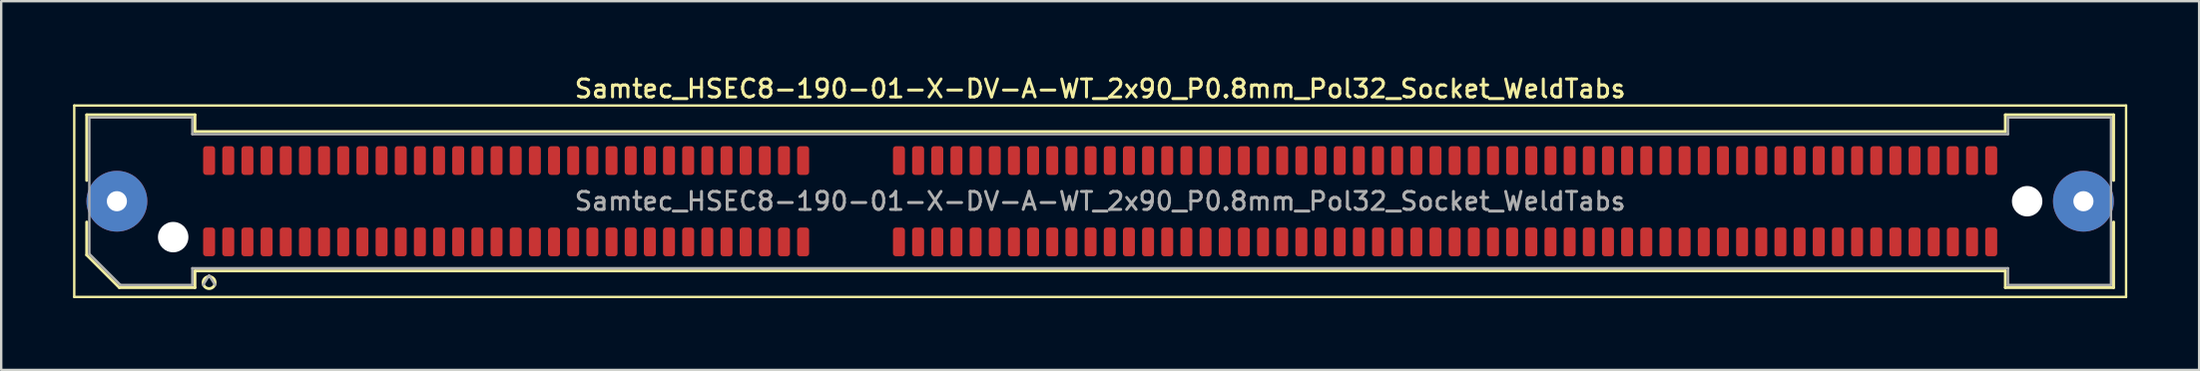
<source format=kicad_pcb>
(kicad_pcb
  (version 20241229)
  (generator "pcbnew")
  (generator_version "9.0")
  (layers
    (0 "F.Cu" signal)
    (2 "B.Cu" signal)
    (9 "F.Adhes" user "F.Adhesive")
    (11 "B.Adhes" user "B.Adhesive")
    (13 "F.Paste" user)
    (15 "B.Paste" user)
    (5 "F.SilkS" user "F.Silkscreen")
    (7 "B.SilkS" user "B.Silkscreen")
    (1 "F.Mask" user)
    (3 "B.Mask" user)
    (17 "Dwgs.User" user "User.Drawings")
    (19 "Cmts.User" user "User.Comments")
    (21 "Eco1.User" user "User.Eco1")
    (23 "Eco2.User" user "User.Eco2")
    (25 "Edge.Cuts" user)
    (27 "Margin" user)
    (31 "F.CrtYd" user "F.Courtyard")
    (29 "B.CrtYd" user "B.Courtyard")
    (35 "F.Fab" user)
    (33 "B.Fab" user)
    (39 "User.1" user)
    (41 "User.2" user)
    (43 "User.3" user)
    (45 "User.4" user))
  (footprint "Samtec_HSEC8-190-01-X-DV-A-WT_2x90_P0.8mm_Pol32_Socket_WeldTabs"
    (layer "F.Cu")
    (at 42.88 5.358)
    (property "Reference" "Samtec_HSEC8-190-01-X-DV-A-WT_2x90_P0.8mm_Pol32_Socket_WeldTabs" (at 0 -4.7 0) (layer "F.SilkS") (effects (font (size 0.75 0.75) (thickness 0.125))))
    (attr smd)
    (fp_line (start -42.83 -4) (end -42.83 4) (stroke (width 0.1) (type solid)) (layer "F.SilkS"))
    (fp_line (start -42.83 4) (end 42.83 4) (stroke (width 0.1) (type solid)) (layer "F.SilkS"))
    (fp_line (start -42.31 -3.61) (end -37.79 -3.61) (stroke (width 0.12) (type solid)) (layer "F.SilkS"))
    (fp_line (start -42.31 -0.868) (end -42.31 -3.61) (stroke (width 0.12) (type solid)) (layer "F.SilkS"))
    (fp_line (start -42.31 2.246) (end -42.31 0.868) (stroke (width 0.12) (type solid)) (layer "F.SilkS"))
    (fp_line (start -40.946 3.61) (end -42.31 2.246) (stroke (width 0.12) (type solid)) (layer "F.SilkS"))
    (fp_line (start -37.79 -3.61) (end -37.79 -2.91) (stroke (width 0.12) (type solid)) (layer "F.SilkS"))
    (fp_line (start -37.79 -2.91) (end 37.79 -2.91) (stroke (width 0.12) (type solid)) (layer "F.SilkS"))
    (fp_line (start -37.79 2.91) (end -37.79 3.61) (stroke (width 0.12) (type solid)) (layer "F.SilkS"))
    (fp_line (start -37.79 3.61) (end -40.946 3.61) (stroke (width 0.12) (type solid)) (layer "F.SilkS"))
    (fp_line (start 37.79 -3.61) (end 42.31 -3.61) (stroke (width 0.12) (type solid)) (layer "F.SilkS"))
    (fp_line (start 37.79 -2.91) (end 37.79 -3.61) (stroke (width 0.12) (type solid)) (layer "F.SilkS"))
    (fp_line (start 37.79 2.91) (end -37.79 2.91) (stroke (width 0.12) (type solid)) (layer "F.SilkS"))
    (fp_line (start 37.79 3.61) (end 37.79 2.91) (stroke (width 0.12) (type solid)) (layer "F.SilkS"))
    (fp_line (start 42.31 -3.61) (end 42.31 -0.868) (stroke (width 0.12) (type solid)) (layer "F.SilkS"))
    (fp_line (start 42.31 0.868) (end 42.31 3.61) (stroke (width 0.12) (type solid)) (layer "F.SilkS"))
    (fp_line (start 42.31 3.61) (end 37.79 3.61) (stroke (width 0.12) (type solid)) (layer "F.SilkS"))
    (fp_line (start 42.83 -4) (end -42.83 -4) (stroke (width 0.1) (type solid)) (layer "F.SilkS"))
    (fp_line (start 42.83 4) (end 42.83 -4) (stroke (width 0.1) (type solid)) (layer "F.SilkS"))
    (fp_arc (start -36.95 3.4) (mid -37.45 3.4) (end -36.95 3.4) (stroke (width 0.12) (type solid)) (layer "F.SilkS"))
    (fp_line (start -42.2 -3.5) (end -37.9 -3.5) (stroke (width 0.1) (type solid)) (layer "F.Fab"))
    (fp_line (start -42.2 2.2) (end -42.2 -3.5) (stroke (width 0.1) (type solid)) (layer "F.Fab"))
    (fp_line (start -40.9 3.5) (end -42.2 2.2) (stroke (width 0.1) (type solid)) (layer "F.Fab"))
    (fp_line (start -37.9 -3.5) (end -37.9 -2.8) (stroke (width 0.1) (type solid)) (layer "F.Fab"))
    (fp_line (start -37.9 -2.8) (end 37.9 -2.8) (stroke (width 0.1) (type solid)) (layer "F.Fab"))
    (fp_line (start -37.9 2.8) (end -37.9 3.5) (stroke (width 0.1) (type solid)) (layer "F.Fab"))
    (fp_line (start -37.9 3.5) (end -40.9 3.5) (stroke (width 0.1) (type solid)) (layer "F.Fab"))
    (fp_line (start -37.2 3.1) (end -37.45 3.5) (stroke (width 0.1) (type solid)) (layer "F.Fab"))
    (fp_line (start -37.2 3.1) (end -36.95 3.5) (stroke (width 0.1) (type solid)) (layer "F.Fab"))
    (fp_line (start 37.9 -3.5) (end 42.2 -3.5) (stroke (width 0.1) (type solid)) (layer "F.Fab"))
    (fp_line (start 37.9 -2.8) (end 37.9 -3.5) (stroke (width 0.1) (type solid)) (layer "F.Fab"))
    (fp_line (start 37.9 2.8) (end -37.9 2.8) (stroke (width 0.1) (type solid)) (layer "F.Fab"))
    (fp_line (start 37.9 3.5) (end 37.9 2.8) (stroke (width 0.1) (type solid)) (layer "F.Fab"))
    (fp_line (start 42.2 -3.5) (end 42.2 3.5) (stroke (width 0.1) (type solid)) (layer "F.Fab"))
    (fp_line (start 42.2 3.5) (end 37.9 3.5) (stroke (width 0.1) (type solid)) (layer "F.Fab"))
    (fp_text user "${REFERENCE}" (at 0 0 0) (layer "F.Fab") (effects (font (size 0.75 0.75) (thickness 0.125))))
    (pad "" thru_hole circle (at -41.05 0) (size 2.54 2.54) (drill 0.84) (layers "*.Cu" "*.Mask" "F.Paste"))
    (pad "" np_thru_hole circle (at -38.7 1.5) (size 1.27 1.27) (drill 1.27) (layers "*.Cu" "*.Mask"))
    (pad "" np_thru_hole circle (at 38.7 0) (size 1.27 1.27) (drill 1.27) (layers "*.Cu" "*.Mask"))
    (pad "" thru_hole circle (at 41.05 0) (size 2.54 2.54) (drill 0.84) (layers "*.Cu" "*.Mask" "F.Paste"))
    (pad "1" smd roundrect (at -37.2 1.7) (size 0.5 1.2) (layers "F.Cu" "F.Mask" "F.Paste") (roundrect_rratio 0.25))
    (pad "2" smd roundrect (at -37.2 -1.7) (size 0.5 1.2) (layers "F.Cu" "F.Mask" "F.Paste") (roundrect_rratio 0.25))
    (pad "3" smd roundrect (at -36.4 1.7) (size 0.5 1.2) (layers "F.Cu" "F.Mask" "F.Paste") (roundrect_rratio 0.25))
    (pad "4" smd roundrect (at -36.4 -1.7) (size 0.5 1.2) (layers "F.Cu" "F.Mask" "F.Paste") (roundrect_rratio 0.25))
    (pad "5" smd roundrect (at -35.6 1.7) (size 0.5 1.2) (layers "F.Cu" "F.Mask" "F.Paste") (roundrect_rratio 0.25))
    (pad "6" smd roundrect (at -35.6 -1.7) (size 0.5 1.2) (layers "F.Cu" "F.Mask" "F.Paste") (roundrect_rratio 0.25))
    (pad "7" smd roundrect (at -34.8 1.7) (size 0.5 1.2) (layers "F.Cu" "F.Mask" "F.Paste") (roundrect_rratio 0.25))
    (pad "8" smd roundrect (at -34.8 -1.7) (size 0.5 1.2) (layers "F.Cu" "F.Mask" "F.Paste") (roundrect_rratio 0.25))
    (pad "9" smd roundrect (at -34 1.7) (size 0.5 1.2) (layers "F.Cu" "F.Mask" "F.Paste") (roundrect_rratio 0.25))
    (pad "10" smd roundrect (at -34 -1.7) (size 0.5 1.2) (layers "F.Cu" "F.Mask" "F.Paste") (roundrect_rratio 0.25))
    (pad "11" smd roundrect (at -33.2 1.7) (size 0.5 1.2) (layers "F.Cu" "F.Mask" "F.Paste") (roundrect_rratio 0.25))
    (pad "12" smd roundrect (at -33.2 -1.7) (size 0.5 1.2) (layers "F.Cu" "F.Mask" "F.Paste") (roundrect_rratio 0.25))
    (pad "13" smd roundrect (at -32.4 1.7) (size 0.5 1.2) (layers "F.Cu" "F.Mask" "F.Paste") (roundrect_rratio 0.25))
    (pad "14" smd roundrect (at -32.4 -1.7) (size 0.5 1.2) (layers "F.Cu" "F.Mask" "F.Paste") (roundrect_rratio 0.25))
    (pad "15" smd roundrect (at -31.6 1.7) (size 0.5 1.2) (layers "F.Cu" "F.Mask" "F.Paste") (roundrect_rratio 0.25))
    (pad "16" smd roundrect (at -31.6 -1.7) (size 0.5 1.2) (layers "F.Cu" "F.Mask" "F.Paste") (roundrect_rratio 0.25))
    (pad "17" smd roundrect (at -30.8 1.7) (size 0.5 1.2) (layers "F.Cu" "F.Mask" "F.Paste") (roundrect_rratio 0.25))
    (pad "18" smd roundrect (at -30.8 -1.7) (size 0.5 1.2) (layers "F.Cu" "F.Mask" "F.Paste") (roundrect_rratio 0.25))
    (pad "19" smd roundrect (at -30 1.7) (size 0.5 1.2) (layers "F.Cu" "F.Mask" "F.Paste") (roundrect_rratio 0.25))
    (pad "20" smd roundrect (at -30 -1.7) (size 0.5 1.2) (layers "F.Cu" "F.Mask" "F.Paste") (roundrect_rratio 0.25))
    (pad "21" smd roundrect (at -29.2 1.7) (size 0.5 1.2) (layers "F.Cu" "F.Mask" "F.Paste") (roundrect_rratio 0.25))
    (pad "22" smd roundrect (at -29.2 -1.7) (size 0.5 1.2) (layers "F.Cu" "F.Mask" "F.Paste") (roundrect_rratio 0.25))
    (pad "23" smd roundrect (at -28.4 1.7) (size 0.5 1.2) (layers "F.Cu" "F.Mask" "F.Paste") (roundrect_rratio 0.25))
    (pad "24" smd roundrect (at -28.4 -1.7) (size 0.5 1.2) (layers "F.Cu" "F.Mask" "F.Paste") (roundrect_rratio 0.25))
    (pad "25" smd roundrect (at -27.6 1.7) (size 0.5 1.2) (layers "F.Cu" "F.Mask" "F.Paste") (roundrect_rratio 0.25))
    (pad "26" smd roundrect (at -27.6 -1.7) (size 0.5 1.2) (layers "F.Cu" "F.Mask" "F.Paste") (roundrect_rratio 0.25))
    (pad "27" smd roundrect (at -26.8 1.7) (size 0.5 1.2) (layers "F.Cu" "F.Mask" "F.Paste") (roundrect_rratio 0.25))
    (pad "28" smd roundrect (at -26.8 -1.7) (size 0.5 1.2) (layers "F.Cu" "F.Mask" "F.Paste") (roundrect_rratio 0.25))
    (pad "29" smd roundrect (at -26 1.7) (size 0.5 1.2) (layers "F.Cu" "F.Mask" "F.Paste") (roundrect_rratio 0.25))
    (pad "30" smd roundrect (at -26 -1.7) (size 0.5 1.2) (layers "F.Cu" "F.Mask" "F.Paste") (roundrect_rratio 0.25))
    (pad "31" smd roundrect (at -25.2 1.7) (size 0.5 1.2) (layers "F.Cu" "F.Mask" "F.Paste") (roundrect_rratio 0.25))
    (pad "32" smd roundrect (at -25.2 -1.7) (size 0.5 1.2) (layers "F.Cu" "F.Mask" "F.Paste") (roundrect_rratio 0.25))
    (pad "33" smd roundrect (at -24.4 1.7) (size 0.5 1.2) (layers "F.Cu" "F.Mask" "F.Paste") (roundrect_rratio 0.25))
    (pad "34" smd roundrect (at -24.4 -1.7) (size 0.5 1.2) (layers "F.Cu" "F.Mask" "F.Paste") (roundrect_rratio 0.25))
    (pad "35" smd roundrect (at -23.6 1.7) (size 0.5 1.2) (layers "F.Cu" "F.Mask" "F.Paste") (roundrect_rratio 0.25))
    (pad "36" smd roundrect (at -23.6 -1.7) (size 0.5 1.2) (layers "F.Cu" "F.Mask" "F.Paste") (roundrect_rratio 0.25))
    (pad "37" smd roundrect (at -22.8 1.7) (size 0.5 1.2) (layers "F.Cu" "F.Mask" "F.Paste") (roundrect_rratio 0.25))
    (pad "38" smd roundrect (at -22.8 -1.7) (size 0.5 1.2) (layers "F.Cu" "F.Mask" "F.Paste") (roundrect_rratio 0.25))
    (pad "39" smd roundrect (at -22 1.7) (size 0.5 1.2) (layers "F.Cu" "F.Mask" "F.Paste") (roundrect_rratio 0.25))
    (pad "40" smd roundrect (at -22 -1.7) (size 0.5 1.2) (layers "F.Cu" "F.Mask" "F.Paste") (roundrect_rratio 0.25))
    (pad "41" smd roundrect (at -21.2 1.7) (size 0.5 1.2) (layers "F.Cu" "F.Mask" "F.Paste") (roundrect_rratio 0.25))
    (pad "42" smd roundrect (at -21.2 -1.7) (size 0.5 1.2) (layers "F.Cu" "F.Mask" "F.Paste") (roundrect_rratio 0.25))
    (pad "43" smd roundrect (at -20.4 1.7) (size 0.5 1.2) (layers "F.Cu" "F.Mask" "F.Paste") (roundrect_rratio 0.25))
    (pad "44" smd roundrect (at -20.4 -1.7) (size 0.5 1.2) (layers "F.Cu" "F.Mask" "F.Paste") (roundrect_rratio 0.25))
    (pad "45" smd roundrect (at -19.6 1.7) (size 0.5 1.2) (layers "F.Cu" "F.Mask" "F.Paste") (roundrect_rratio 0.25))
    (pad "46" smd roundrect (at -19.6 -1.7) (size 0.5 1.2) (layers "F.Cu" "F.Mask" "F.Paste") (roundrect_rratio 0.25))
    (pad "47" smd roundrect (at -18.8 1.7) (size 0.5 1.2) (layers "F.Cu" "F.Mask" "F.Paste") (roundrect_rratio 0.25))
    (pad "48" smd roundrect (at -18.8 -1.7) (size 0.5 1.2) (layers "F.Cu" "F.Mask" "F.Paste") (roundrect_rratio 0.25))
    (pad "49" smd roundrect (at -18 1.7) (size 0.5 1.2) (layers "F.Cu" "F.Mask" "F.Paste") (roundrect_rratio 0.25))
    (pad "50" smd roundrect (at -18 -1.7) (size 0.5 1.2) (layers "F.Cu" "F.Mask" "F.Paste") (roundrect_rratio 0.25))
    (pad "51" smd roundrect (at -17.2 1.7) (size 0.5 1.2) (layers "F.Cu" "F.Mask" "F.Paste") (roundrect_rratio 0.25))
    (pad "52" smd roundrect (at -17.2 -1.7) (size 0.5 1.2) (layers "F.Cu" "F.Mask" "F.Paste") (roundrect_rratio 0.25))
    (pad "53" smd roundrect (at -16.4 1.7) (size 0.5 1.2) (layers "F.Cu" "F.Mask" "F.Paste") (roundrect_rratio 0.25))
    (pad "54" smd roundrect (at -16.4 -1.7) (size 0.5 1.2) (layers "F.Cu" "F.Mask" "F.Paste") (roundrect_rratio 0.25))
    (pad "55" smd roundrect (at -15.6 1.7) (size 0.5 1.2) (layers "F.Cu" "F.Mask" "F.Paste") (roundrect_rratio 0.25))
    (pad "56" smd roundrect (at -15.6 -1.7) (size 0.5 1.2) (layers "F.Cu" "F.Mask" "F.Paste") (roundrect_rratio 0.25))
    (pad "57" smd roundrect (at -14.8 1.7) (size 0.5 1.2) (layers "F.Cu" "F.Mask" "F.Paste") (roundrect_rratio 0.25))
    (pad "58" smd roundrect (at -14.8 -1.7) (size 0.5 1.2) (layers "F.Cu" "F.Mask" "F.Paste") (roundrect_rratio 0.25))
    (pad "59" smd roundrect (at -14 1.7) (size 0.5 1.2) (layers "F.Cu" "F.Mask" "F.Paste") (roundrect_rratio 0.25))
    (pad "60" smd roundrect (at -14 -1.7) (size 0.5 1.2) (layers "F.Cu" "F.Mask" "F.Paste") (roundrect_rratio 0.25))
    (pad "61" smd roundrect (at -13.2 1.7) (size 0.5 1.2) (layers "F.Cu" "F.Mask" "F.Paste") (roundrect_rratio 0.25))
    (pad "62" smd roundrect (at -13.2 -1.7) (size 0.5 1.2) (layers "F.Cu" "F.Mask" "F.Paste") (roundrect_rratio 0.25))
    (pad "63" smd roundrect (at -12.4 1.7) (size 0.5 1.2) (layers "F.Cu" "F.Mask" "F.Paste") (roundrect_rratio 0.25))
    (pad "64" smd roundrect (at -12.4 -1.7) (size 0.5 1.2) (layers "F.Cu" "F.Mask" "F.Paste") (roundrect_rratio 0.25))
    (pad "65" smd roundrect (at -8.4 1.7) (size 0.5 1.2) (layers "F.Cu" "F.Mask" "F.Paste") (roundrect_rratio 0.25))
    (pad "66" smd roundrect (at -8.4 -1.7) (size 0.5 1.2) (layers "F.Cu" "F.Mask" "F.Paste") (roundrect_rratio 0.25))
    (pad "67" smd roundrect (at -7.6 1.7) (size 0.5 1.2) (layers "F.Cu" "F.Mask" "F.Paste") (roundrect_rratio 0.25))
    (pad "68" smd roundrect (at -7.6 -1.7) (size 0.5 1.2) (layers "F.Cu" "F.Mask" "F.Paste") (roundrect_rratio 0.25))
    (pad "69" smd roundrect (at -6.8 1.7) (size 0.5 1.2) (layers "F.Cu" "F.Mask" "F.Paste") (roundrect_rratio 0.25))
    (pad "70" smd roundrect (at -6.8 -1.7) (size 0.5 1.2) (layers "F.Cu" "F.Mask" "F.Paste") (roundrect_rratio 0.25))
    (pad "71" smd roundrect (at -6 1.7) (size 0.5 1.2) (layers "F.Cu" "F.Mask" "F.Paste") (roundrect_rratio 0.25))
    (pad "72" smd roundrect (at -6 -1.7) (size 0.5 1.2) (layers "F.Cu" "F.Mask" "F.Paste") (roundrect_rratio 0.25))
    (pad "73" smd roundrect (at -5.2 1.7) (size 0.5 1.2) (layers "F.Cu" "F.Mask" "F.Paste") (roundrect_rratio 0.25))
    (pad "74" smd roundrect (at -5.2 -1.7) (size 0.5 1.2) (layers "F.Cu" "F.Mask" "F.Paste") (roundrect_rratio 0.25))
    (pad "75" smd roundrect (at -4.4 1.7) (size 0.5 1.2) (layers "F.Cu" "F.Mask" "F.Paste") (roundrect_rratio 0.25))
    (pad "76" smd roundrect (at -4.4 -1.7) (size 0.5 1.2) (layers "F.Cu" "F.Mask" "F.Paste") (roundrect_rratio 0.25))
    (pad "77" smd roundrect (at -3.6 1.7) (size 0.5 1.2) (layers "F.Cu" "F.Mask" "F.Paste") (roundrect_rratio 0.25))
    (pad "78" smd roundrect (at -3.6 -1.7) (size 0.5 1.2) (layers "F.Cu" "F.Mask" "F.Paste") (roundrect_rratio 0.25))
    (pad "79" smd roundrect (at -2.8 1.7) (size 0.5 1.2) (layers "F.Cu" "F.Mask" "F.Paste") (roundrect_rratio 0.25))
    (pad "80" smd roundrect (at -2.8 -1.7) (size 0.5 1.2) (layers "F.Cu" "F.Mask" "F.Paste") (roundrect_rratio 0.25))
    (pad "81" smd roundrect (at -2 1.7) (size 0.5 1.2) (layers "F.Cu" "F.Mask" "F.Paste") (roundrect_rratio 0.25))
    (pad "82" smd roundrect (at -2 -1.7) (size 0.5 1.2) (layers "F.Cu" "F.Mask" "F.Paste") (roundrect_rratio 0.25))
    (pad "83" smd roundrect (at -1.2 1.7) (size 0.5 1.2) (layers "F.Cu" "F.Mask" "F.Paste") (roundrect_rratio 0.25))
    (pad "84" smd roundrect (at -1.2 -1.7) (size 0.5 1.2) (layers "F.Cu" "F.Mask" "F.Paste") (roundrect_rratio 0.25))
    (pad "85" smd roundrect (at -0.4 1.7) (size 0.5 1.2) (layers "F.Cu" "F.Mask" "F.Paste") (roundrect_rratio 0.25))
    (pad "86" smd roundrect (at -0.4 -1.7) (size 0.5 1.2) (layers "F.Cu" "F.Mask" "F.Paste") (roundrect_rratio 0.25))
    (pad "87" smd roundrect (at 0.4 1.7) (size 0.5 1.2) (layers "F.Cu" "F.Mask" "F.Paste") (roundrect_rratio 0.25))
    (pad "88" smd roundrect (at 0.4 -1.7) (size 0.5 1.2) (layers "F.Cu" "F.Mask" "F.Paste") (roundrect_rratio 0.25))
    (pad "89" smd roundrect (at 1.2 1.7) (size 0.5 1.2) (layers "F.Cu" "F.Mask" "F.Paste") (roundrect_rratio 0.25))
    (pad "90" smd roundrect (at 1.2 -1.7) (size 0.5 1.2) (layers "F.Cu" "F.Mask" "F.Paste") (roundrect_rratio 0.25))
    (pad "91" smd roundrect (at 2 1.7) (size 0.5 1.2) (layers "F.Cu" "F.Mask" "F.Paste") (roundrect_rratio 0.25))
    (pad "92" smd roundrect (at 2 -1.7) (size 0.5 1.2) (layers "F.Cu" "F.Mask" "F.Paste") (roundrect_rratio 0.25))
    (pad "93" smd roundrect (at 2.8 1.7) (size 0.5 1.2) (layers "F.Cu" "F.Mask" "F.Paste") (roundrect_rratio 0.25))
    (pad "94" smd roundrect (at 2.8 -1.7) (size 0.5 1.2) (layers "F.Cu" "F.Mask" "F.Paste") (roundrect_rratio 0.25))
    (pad "95" smd roundrect (at 3.6 1.7) (size 0.5 1.2) (layers "F.Cu" "F.Mask" "F.Paste") (roundrect_rratio 0.25))
    (pad "96" smd roundrect (at 3.6 -1.7) (size 0.5 1.2) (layers "F.Cu" "F.Mask" "F.Paste") (roundrect_rratio 0.25))
    (pad "97" smd roundrect (at 4.4 1.7) (size 0.5 1.2) (layers "F.Cu" "F.Mask" "F.Paste") (roundrect_rratio 0.25))
    (pad "98" smd roundrect (at 4.4 -1.7) (size 0.5 1.2) (layers "F.Cu" "F.Mask" "F.Paste") (roundrect_rratio 0.25))
    (pad "99" smd roundrect (at 5.2 1.7) (size 0.5 1.2) (layers "F.Cu" "F.Mask" "F.Paste") (roundrect_rratio 0.25))
    (pad "100" smd roundrect (at 5.2 -1.7) (size 0.5 1.2) (layers "F.Cu" "F.Mask" "F.Paste") (roundrect_rratio 0.25))
    (pad "101" smd roundrect (at 6 1.7) (size 0.5 1.2) (layers "F.Cu" "F.Mask" "F.Paste") (roundrect_rratio 0.25))
    (pad "102" smd roundrect (at 6 -1.7) (size 0.5 1.2) (layers "F.Cu" "F.Mask" "F.Paste") (roundrect_rratio 0.25))
    (pad "103" smd roundrect (at 6.8 1.7) (size 0.5 1.2) (layers "F.Cu" "F.Mask" "F.Paste") (roundrect_rratio 0.25))
    (pad "104" smd roundrect (at 6.8 -1.7) (size 0.5 1.2) (layers "F.Cu" "F.Mask" "F.Paste") (roundrect_rratio 0.25))
    (pad "105" smd roundrect (at 7.6 1.7) (size 0.5 1.2) (layers "F.Cu" "F.Mask" "F.Paste") (roundrect_rratio 0.25))
    (pad "106" smd roundrect (at 7.6 -1.7) (size 0.5 1.2) (layers "F.Cu" "F.Mask" "F.Paste") (roundrect_rratio 0.25))
    (pad "107" smd roundrect (at 8.4 1.7) (size 0.5 1.2) (layers "F.Cu" "F.Mask" "F.Paste") (roundrect_rratio 0.25))
    (pad "108" smd roundrect (at 8.4 -1.7) (size 0.5 1.2) (layers "F.Cu" "F.Mask" "F.Paste") (roundrect_rratio 0.25))
    (pad "109" smd roundrect (at 9.2 1.7) (size 0.5 1.2) (layers "F.Cu" "F.Mask" "F.Paste") (roundrect_rratio 0.25))
    (pad "110" smd roundrect (at 9.2 -1.7) (size 0.5 1.2) (layers "F.Cu" "F.Mask" "F.Paste") (roundrect_rratio 0.25))
    (pad "111" smd roundrect (at 10 1.7) (size 0.5 1.2) (layers "F.Cu" "F.Mask" "F.Paste") (roundrect_rratio 0.25))
    (pad "112" smd roundrect (at 10 -1.7) (size 0.5 1.2) (layers "F.Cu" "F.Mask" "F.Paste") (roundrect_rratio 0.25))
    (pad "113" smd roundrect (at 10.8 1.7) (size 0.5 1.2) (layers "F.Cu" "F.Mask" "F.Paste") (roundrect_rratio 0.25))
    (pad "114" smd roundrect (at 10.8 -1.7) (size 0.5 1.2) (layers "F.Cu" "F.Mask" "F.Paste") (roundrect_rratio 0.25))
    (pad "115" smd roundrect (at 11.6 1.7) (size 0.5 1.2) (layers "F.Cu" "F.Mask" "F.Paste") (roundrect_rratio 0.25))
    (pad "116" smd roundrect (at 11.6 -1.7) (size 0.5 1.2) (layers "F.Cu" "F.Mask" "F.Paste") (roundrect_rratio 0.25))
    (pad "117" smd roundrect (at 12.4 1.7) (size 0.5 1.2) (layers "F.Cu" "F.Mask" "F.Paste") (roundrect_rratio 0.25))
    (pad "118" smd roundrect (at 12.4 -1.7) (size 0.5 1.2) (layers "F.Cu" "F.Mask" "F.Paste") (roundrect_rratio 0.25))
    (pad "119" smd roundrect (at 13.2 1.7) (size 0.5 1.2) (layers "F.Cu" "F.Mask" "F.Paste") (roundrect_rratio 0.25))
    (pad "120" smd roundrect (at 13.2 -1.7) (size 0.5 1.2) (layers "F.Cu" "F.Mask" "F.Paste") (roundrect_rratio 0.25))
    (pad "121" smd roundrect (at 14 1.7) (size 0.5 1.2) (layers "F.Cu" "F.Mask" "F.Paste") (roundrect_rratio 0.25))
    (pad "122" smd roundrect (at 14 -1.7) (size 0.5 1.2) (layers "F.Cu" "F.Mask" "F.Paste") (roundrect_rratio 0.25))
    (pad "123" smd roundrect (at 14.8 1.7) (size 0.5 1.2) (layers "F.Cu" "F.Mask" "F.Paste") (roundrect_rratio 0.25))
    (pad "124" smd roundrect (at 14.8 -1.7) (size 0.5 1.2) (layers "F.Cu" "F.Mask" "F.Paste") (roundrect_rratio 0.25))
    (pad "125" smd roundrect (at 15.6 1.7) (size 0.5 1.2) (layers "F.Cu" "F.Mask" "F.Paste") (roundrect_rratio 0.25))
    (pad "126" smd roundrect (at 15.6 -1.7) (size 0.5 1.2) (layers "F.Cu" "F.Mask" "F.Paste") (roundrect_rratio 0.25))
    (pad "127" smd roundrect (at 16.4 1.7) (size 0.5 1.2) (layers "F.Cu" "F.Mask" "F.Paste") (roundrect_rratio 0.25))
    (pad "128" smd roundrect (at 16.4 -1.7) (size 0.5 1.2) (layers "F.Cu" "F.Mask" "F.Paste") (roundrect_rratio 0.25))
    (pad "129" smd roundrect (at 17.2 1.7) (size 0.5 1.2) (layers "F.Cu" "F.Mask" "F.Paste") (roundrect_rratio 0.25))
    (pad "130" smd roundrect (at 17.2 -1.7) (size 0.5 1.2) (layers "F.Cu" "F.Mask" "F.Paste") (roundrect_rratio 0.25))
    (pad "131" smd roundrect (at 18 1.7) (size 0.5 1.2) (layers "F.Cu" "F.Mask" "F.Paste") (roundrect_rratio 0.25))
    (pad "132" smd roundrect (at 18 -1.7) (size 0.5 1.2) (layers "F.Cu" "F.Mask" "F.Paste") (roundrect_rratio 0.25))
    (pad "133" smd roundrect (at 18.8 1.7) (size 0.5 1.2) (layers "F.Cu" "F.Mask" "F.Paste") (roundrect_rratio 0.25))
    (pad "134" smd roundrect (at 18.8 -1.7) (size 0.5 1.2) (layers "F.Cu" "F.Mask" "F.Paste") (roundrect_rratio 0.25))
    (pad "135" smd roundrect (at 19.6 1.7) (size 0.5 1.2) (layers "F.Cu" "F.Mask" "F.Paste") (roundrect_rratio 0.25))
    (pad "136" smd roundrect (at 19.6 -1.7) (size 0.5 1.2) (layers "F.Cu" "F.Mask" "F.Paste") (roundrect_rratio 0.25))
    (pad "137" smd roundrect (at 20.4 1.7) (size 0.5 1.2) (layers "F.Cu" "F.Mask" "F.Paste") (roundrect_rratio 0.25))
    (pad "138" smd roundrect (at 20.4 -1.7) (size 0.5 1.2) (layers "F.Cu" "F.Mask" "F.Paste") (roundrect_rratio 0.25))
    (pad "139" smd roundrect (at 21.2 1.7) (size 0.5 1.2) (layers "F.Cu" "F.Mask" "F.Paste") (roundrect_rratio 0.25))
    (pad "140" smd roundrect (at 21.2 -1.7) (size 0.5 1.2) (layers "F.Cu" "F.Mask" "F.Paste") (roundrect_rratio 0.25))
    (pad "141" smd roundrect (at 22 1.7) (size 0.5 1.2) (layers "F.Cu" "F.Mask" "F.Paste") (roundrect_rratio 0.25))
    (pad "142" smd roundrect (at 22 -1.7) (size 0.5 1.2) (layers "F.Cu" "F.Mask" "F.Paste") (roundrect_rratio 0.25))
    (pad "143" smd roundrect (at 22.8 1.7) (size 0.5 1.2) (layers "F.Cu" "F.Mask" "F.Paste") (roundrect_rratio 0.25))
    (pad "144" smd roundrect (at 22.8 -1.7) (size 0.5 1.2) (layers "F.Cu" "F.Mask" "F.Paste") (roundrect_rratio 0.25))
    (pad "145" smd roundrect (at 23.6 1.7) (size 0.5 1.2) (layers "F.Cu" "F.Mask" "F.Paste") (roundrect_rratio 0.25))
    (pad "146" smd roundrect (at 23.6 -1.7) (size 0.5 1.2) (layers "F.Cu" "F.Mask" "F.Paste") (roundrect_rratio 0.25))
    (pad "147" smd roundrect (at 24.4 1.7) (size 0.5 1.2) (layers "F.Cu" "F.Mask" "F.Paste") (roundrect_rratio 0.25))
    (pad "148" smd roundrect (at 24.4 -1.7) (size 0.5 1.2) (layers "F.Cu" "F.Mask" "F.Paste") (roundrect_rratio 0.25))
    (pad "149" smd roundrect (at 25.2 1.7) (size 0.5 1.2) (layers "F.Cu" "F.Mask" "F.Paste") (roundrect_rratio 0.25))
    (pad "150" smd roundrect (at 25.2 -1.7) (size 0.5 1.2) (layers "F.Cu" "F.Mask" "F.Paste") (roundrect_rratio 0.25))
    (pad "151" smd roundrect (at 26 1.7) (size 0.5 1.2) (layers "F.Cu" "F.Mask" "F.Paste") (roundrect_rratio 0.25))
    (pad "152" smd roundrect (at 26 -1.7) (size 0.5 1.2) (layers "F.Cu" "F.Mask" "F.Paste") (roundrect_rratio 0.25))
    (pad "153" smd roundrect (at 26.8 1.7) (size 0.5 1.2) (layers "F.Cu" "F.Mask" "F.Paste") (roundrect_rratio 0.25))
    (pad "154" smd roundrect (at 26.8 -1.7) (size 0.5 1.2) (layers "F.Cu" "F.Mask" "F.Paste") (roundrect_rratio 0.25))
    (pad "155" smd roundrect (at 27.6 1.7) (size 0.5 1.2) (layers "F.Cu" "F.Mask" "F.Paste") (roundrect_rratio 0.25))
    (pad "156" smd roundrect (at 27.6 -1.7) (size 0.5 1.2) (layers "F.Cu" "F.Mask" "F.Paste") (roundrect_rratio 0.25))
    (pad "157" smd roundrect (at 28.4 1.7) (size 0.5 1.2) (layers "F.Cu" "F.Mask" "F.Paste") (roundrect_rratio 0.25))
    (pad "158" smd roundrect (at 28.4 -1.7) (size 0.5 1.2) (layers "F.Cu" "F.Mask" "F.Paste") (roundrect_rratio 0.25))
    (pad "159" smd roundrect (at 29.2 1.7) (size 0.5 1.2) (layers "F.Cu" "F.Mask" "F.Paste") (roundrect_rratio 0.25))
    (pad "160" smd roundrect (at 29.2 -1.7) (size 0.5 1.2) (layers "F.Cu" "F.Mask" "F.Paste") (roundrect_rratio 0.25))
    (pad "161" smd roundrect (at 30 1.7) (size 0.5 1.2) (layers "F.Cu" "F.Mask" "F.Paste") (roundrect_rratio 0.25))
    (pad "162" smd roundrect (at 30 -1.7) (size 0.5 1.2) (layers "F.Cu" "F.Mask" "F.Paste") (roundrect_rratio 0.25))
    (pad "163" smd roundrect (at 30.8 1.7) (size 0.5 1.2) (layers "F.Cu" "F.Mask" "F.Paste") (roundrect_rratio 0.25))
    (pad "164" smd roundrect (at 30.8 -1.7) (size 0.5 1.2) (layers "F.Cu" "F.Mask" "F.Paste") (roundrect_rratio 0.25))
    (pad "165" smd roundrect (at 31.6 1.7) (size 0.5 1.2) (layers "F.Cu" "F.Mask" "F.Paste") (roundrect_rratio 0.25))
    (pad "166" smd roundrect (at 31.6 -1.7) (size 0.5 1.2) (layers "F.Cu" "F.Mask" "F.Paste") (roundrect_rratio 0.25))
    (pad "167" smd roundrect (at 32.4 1.7) (size 0.5 1.2) (layers "F.Cu" "F.Mask" "F.Paste") (roundrect_rratio 0.25))
    (pad "168" smd roundrect (at 32.4 -1.7) (size 0.5 1.2) (layers "F.Cu" "F.Mask" "F.Paste") (roundrect_rratio 0.25))
    (pad "169" smd roundrect (at 33.2 1.7) (size 0.5 1.2) (layers "F.Cu" "F.Mask" "F.Paste") (roundrect_rratio 0.25))
    (pad "170" smd roundrect (at 33.2 -1.7) (size 0.5 1.2) (layers "F.Cu" "F.Mask" "F.Paste") (roundrect_rratio 0.25))
    (pad "171" smd roundrect (at 34 1.7) (size 0.5 1.2) (layers "F.Cu" "F.Mask" "F.Paste") (roundrect_rratio 0.25))
    (pad "172" smd roundrect (at 34 -1.7) (size 0.5 1.2) (layers "F.Cu" "F.Mask" "F.Paste") (roundrect_rratio 0.25))
    (pad "173" smd roundrect (at 34.8 1.7) (size 0.5 1.2) (layers "F.Cu" "F.Mask" "F.Paste") (roundrect_rratio 0.25))
    (pad "174" smd roundrect (at 34.8 -1.7) (size 0.5 1.2) (layers "F.Cu" "F.Mask" "F.Paste") (roundrect_rratio 0.25))
    (pad "175" smd roundrect (at 35.6 1.7) (size 0.5 1.2) (layers "F.Cu" "F.Mask" "F.Paste") (roundrect_rratio 0.25))
    (pad "176" smd roundrect (at 35.6 -1.7) (size 0.5 1.2) (layers "F.Cu" "F.Mask" "F.Paste") (roundrect_rratio 0.25))
    (pad "177" smd roundrect (at 36.4 1.7) (size 0.5 1.2) (layers "F.Cu" "F.Mask" "F.Paste") (roundrect_rratio 0.25))
    (pad "178" smd roundrect (at 36.4 -1.7) (size 0.5 1.2) (layers "F.Cu" "F.Mask" "F.Paste") (roundrect_rratio 0.25))
    (pad "179" smd roundrect (at 37.2 1.7) (size 0.5 1.2) (layers "F.Cu" "F.Mask" "F.Paste") (roundrect_rratio 0.25))
    (pad "180" smd roundrect (at 37.2 -1.7) (size 0.5 1.2) (layers "F.Cu" "F.Mask" "F.Paste") (roundrect_rratio 0.25)))
  (gr_rect
    (start -3 -3)
    (end 88.76 12.408)
    (stroke (width 0.1) (type default))
    (fill no)
    (layer "Edge.Cuts")))
</source>
